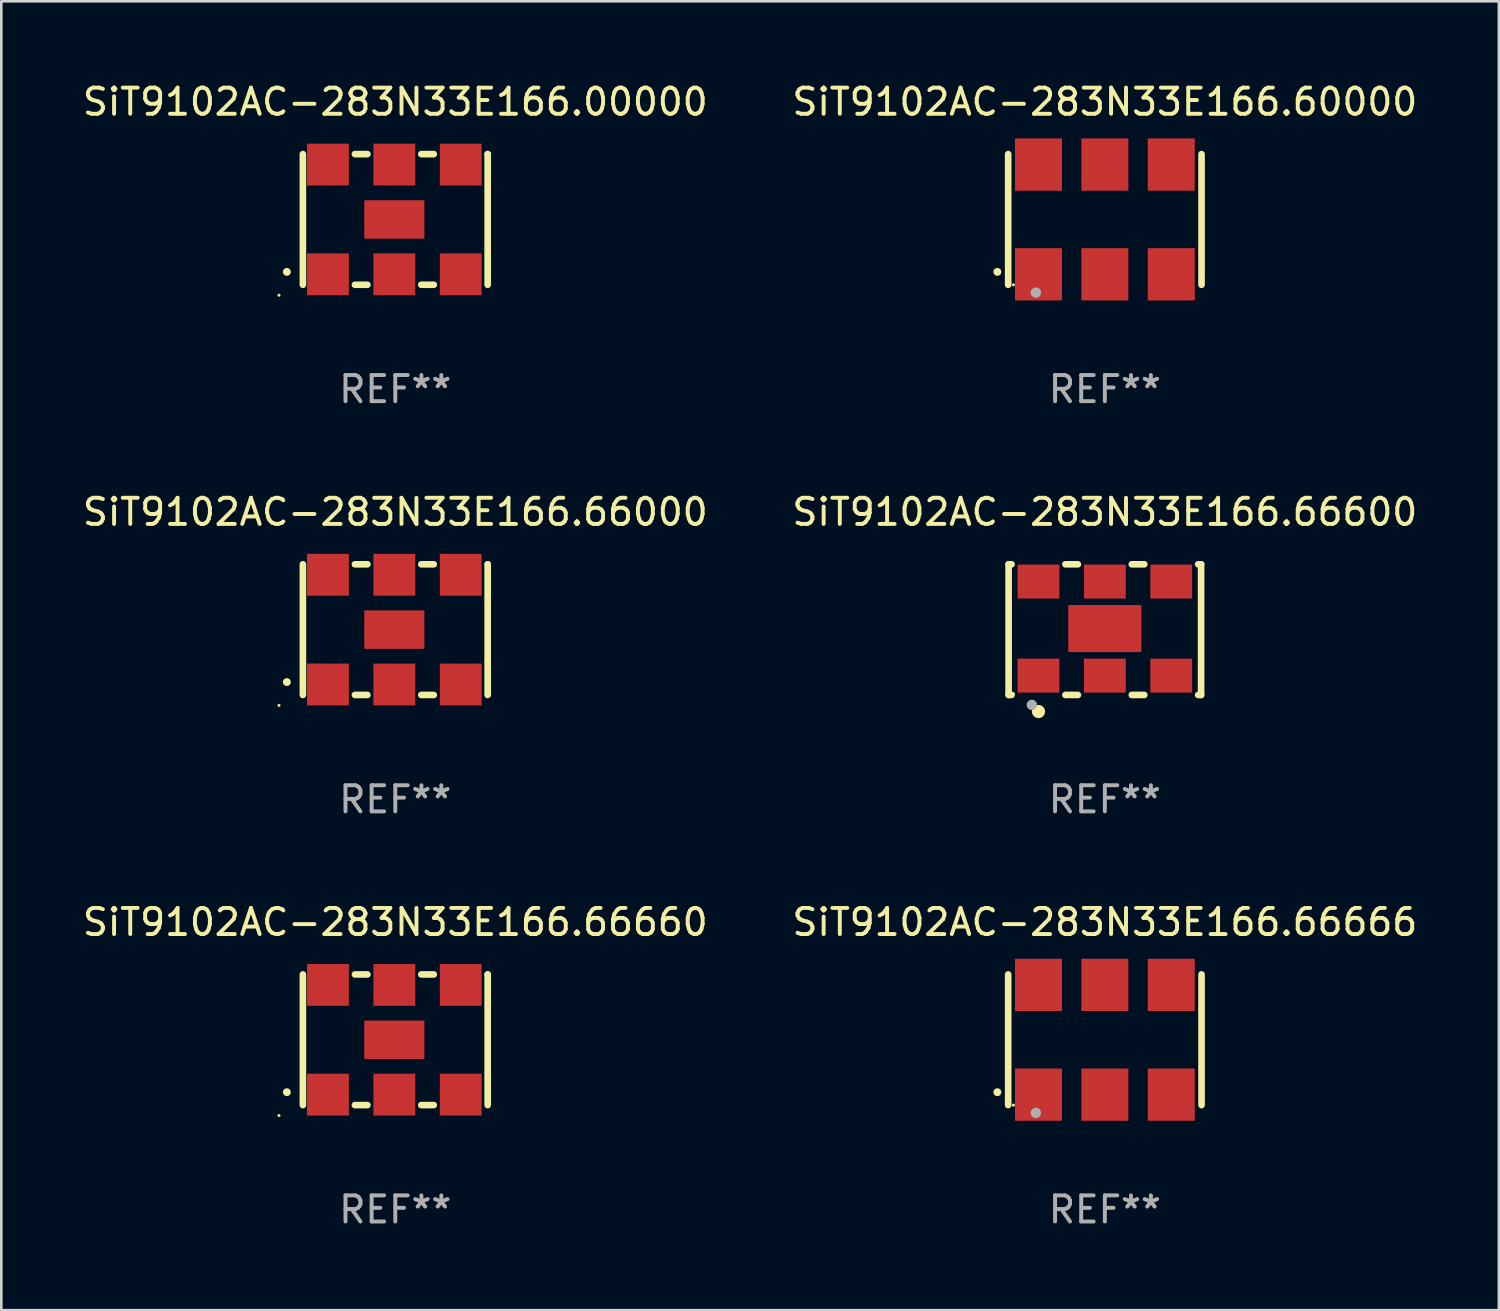
<source format=kicad_pcb>
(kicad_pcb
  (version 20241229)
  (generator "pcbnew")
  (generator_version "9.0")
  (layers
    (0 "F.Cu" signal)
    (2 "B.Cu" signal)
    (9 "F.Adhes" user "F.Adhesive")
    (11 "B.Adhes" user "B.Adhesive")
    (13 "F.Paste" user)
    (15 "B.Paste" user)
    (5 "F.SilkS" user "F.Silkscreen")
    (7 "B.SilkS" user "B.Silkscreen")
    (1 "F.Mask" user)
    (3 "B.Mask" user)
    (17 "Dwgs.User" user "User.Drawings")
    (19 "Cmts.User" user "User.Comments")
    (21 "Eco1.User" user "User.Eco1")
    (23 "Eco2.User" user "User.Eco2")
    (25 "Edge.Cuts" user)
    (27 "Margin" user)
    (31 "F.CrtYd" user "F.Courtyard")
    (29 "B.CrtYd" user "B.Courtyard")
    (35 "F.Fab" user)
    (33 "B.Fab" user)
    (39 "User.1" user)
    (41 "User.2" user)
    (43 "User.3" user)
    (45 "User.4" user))
  (footprint "SiT9102AC-283N33E166.66666"
    (layer "F.Cu")
    (at 39.232 36.741)
    (property "Reference" "SiT9102AC-283N33E166.66666" (at 0 -4.5 0) (layer "F.SilkS") (effects (font (size 1 1) (thickness 0.15))))
    (attr through_hole)
    (fp_line (start -3.7 -2.5) (end -3.7 2.5) (stroke (width 0.254) (type solid)) (layer "F.SilkS"))
    (fp_line (start 3.7 -2.5) (end 3.7 2.5) (stroke (width 0.254) (type solid)) (layer "F.SilkS"))
    (fp_arc (start -4.114415 2.006604) (mid -4.113145 2.006599) (end -4.111875 2.006604) (stroke (width 0.3) (type solid)) (layer "F.SilkS"))
    (fp_circle (center -3.5 2.501) (end -3.47 2.501) (stroke (width 0.06) (type solid)) (fill no) (layer "F.SilkS"))
    (fp_circle (center -2.641 2.799) (end -2.541 2.799) (stroke (width 0.2) (type solid)) (fill no) (layer "F.Fab"))
    (fp_text user "REF**" (at 0 6.5 0) (layer "F.Fab") (effects (font (size 1 1) (thickness 0.15))))
    (pad "1" smd rect (at -2.54 2.1) (size 1.8 2) (layers "F.Cu" "F.Mask" "F.Paste"))
    (pad "2" smd rect (at 0.000394 2.1) (size 1.8 2) (layers "F.Cu" "F.Mask" "F.Paste"))
    (pad "3" smd rect (at 2.54 2.1) (size 1.8 2) (layers "F.Cu" "F.Mask" "F.Paste"))
    (pad "4" smd rect (at 2.54 -2.1) (size 1.8 2) (layers "F.Cu" "F.Mask" "F.Paste"))
    (pad "5" smd rect (at 0.000394 -2.1) (size 1.8 2) (layers "F.Cu" "F.Mask" "F.Paste"))
    (pad "6" smd rect (at -2.54 -2.1) (size 1.8 2) (layers "F.Cu" "F.Mask" "F.Paste")))
  (footprint "SiT9102AC-283N33E166.00000"
    (layer "F.Cu")
    (at 12.077 5.348)
    (property "Reference" "SiT9102AC-283N33E166.00000" (at 0 -4.5 0) (layer "F.SilkS") (effects (font (size 1 1) (thickness 0.15))))
    (attr through_hole)
    (fp_line (start -3.536 -2.5) (end -3.536 2.5) (stroke (width 0.254) (type solid)) (layer "F.SilkS"))
    (fp_line (start -1.544 2.5) (end -1.067 2.5) (stroke (width 0.254) (type solid)) (layer "F.SilkS"))
    (fp_line (start -1.067 -2.5) (end -1.544 -2.5) (stroke (width 0.254) (type solid)) (layer "F.SilkS"))
    (fp_line (start 0.996 2.5) (end 1.473 2.5) (stroke (width 0.254) (type solid)) (layer "F.SilkS"))
    (fp_line (start 1.473 -2.5) (end 0.996 -2.5) (stroke (width 0.254) (type solid)) (layer "F.SilkS"))
    (fp_line (start 3.536 -2.5) (end 3.536 -2.5) (stroke (width 0.254) (type solid)) (layer "F.SilkS"))
    (fp_line (start 3.536 2.5) (end 3.536 -2.5) (stroke (width 0.254) (type solid)) (layer "F.SilkS"))
    (fp_arc (start -4.150432 2.006604) (mid -4.149162 2.006599) (end -4.147892 2.006604) (stroke (width 0.3) (type solid)) (layer "F.SilkS"))
    (fp_circle (center -4.449 2.9) (end -4.419 2.9) (stroke (width 0.06) (type solid)) (fill no) (layer "F.SilkS"))
    (fp_text user "REF**" (at 0 6.5 0) (layer "F.Fab") (effects (font (size 1 1) (thickness 0.15))))
    (pad "1" smd rect (at -2.576 2.1) (size 1.6 1.6) (layers "F.Cu" "F.Mask" "F.Paste"))
    (pad "2" smd rect (at -0.036 2.1) (size 1.6 1.6) (layers "F.Cu" "F.Mask" "F.Paste"))
    (pad "3" smd rect (at 2.504 2.1) (size 1.6 1.6) (layers "F.Cu" "F.Mask" "F.Paste"))
    (pad "4" smd rect (at 2.504 -2.1) (size 1.6 1.6) (layers "F.Cu" "F.Mask" "F.Paste"))
    (pad "5" smd rect (at -0.036 -2.1) (size 1.6 1.6) (layers "F.Cu" "F.Mask" "F.Paste"))
    (pad "6" smd rect (at -2.576 -2.1) (size 1.6 1.6) (layers "F.Cu" "F.Mask" "F.Paste"))
    (pad "7" smd rect (at -0.036 0) (size 2.3 1.47) (layers "F.Cu" "F.Mask" "F.Paste")))
  (footprint "SiT9102AC-283N33E166.66600"
    (layer "F.Cu")
    (at 39.232 21.045)
    (property "Reference" "SiT9102AC-283N33E166.66600" (at 0 -4.5 0) (layer "F.SilkS") (effects (font (size 1 1) (thickness 0.15))))
    (attr through_hole)
    (fp_line (start -3.683 -2.5) (end -3.571 -2.5) (stroke (width 0.254) (type solid)) (layer "F.SilkS"))
    (fp_line (start -3.683 2.5) (end -3.683 -2.5) (stroke (width 0.254) (type solid)) (layer "F.SilkS"))
    (fp_line (start -3.683 2.5) (end -3.571 2.5) (stroke (width 0.254) (type solid)) (layer "F.SilkS"))
    (fp_line (start -1.509 -2.5) (end -1.031 -2.5) (stroke (width 0.254) (type solid)) (layer "F.SilkS"))
    (fp_line (start -1.509 2.5) (end -1.031 2.5) (stroke (width 0.254) (type solid)) (layer "F.SilkS"))
    (fp_line (start 1.031 -2.5) (end 1.509 -2.5) (stroke (width 0.254) (type solid)) (layer "F.SilkS"))
    (fp_line (start 1.031 2.5) (end 1.509 2.5) (stroke (width 0.254) (type solid)) (layer "F.SilkS"))
    (fp_line (start 3.571 -2.5) (end 3.683 -2.5) (stroke (width 0.254) (type solid)) (layer "F.SilkS"))
    (fp_line (start 3.571 2.5) (end 3.683 2.5) (stroke (width 0.254) (type solid)) (layer "F.SilkS"))
    (fp_line (start 3.683 2.5) (end 3.683 -2.5) (stroke (width 0.254) (type solid)) (layer "F.SilkS"))
    (fp_circle (center -3.5 2.46) (end -3.47 2.46) (stroke (width 0.06) (type solid)) (fill no) (layer "F.SilkS"))
    (fp_circle (center -2.54 3.135) (end -2.413 3.135) (stroke (width 0.254) (type solid)) (fill no) (layer "F.SilkS"))
    (fp_circle (center -2.794 2.881) (end -2.694 2.881) (stroke (width 0.2) (type solid)) (fill no) (layer "F.Fab"))
    (fp_text user "REF**" (at 0 6.5 0) (layer "F.Fab") (effects (font (size 1 1) (thickness 0.15))))
    (pad "1" smd rect (at -2.54 1.76) (size 1.6 1.3) (layers "F.Cu" "F.Mask" "F.Paste"))
    (pad "2" smd rect (at 0 1.76) (size 1.6 1.3) (layers "F.Cu" "F.Mask" "F.Paste"))
    (pad "3" smd rect (at 2.54 1.76) (size 1.6 1.3) (layers "F.Cu" "F.Mask" "F.Paste"))
    (pad "4" smd rect (at 2.54 -1.84) (size 1.6 1.3) (layers "F.Cu" "F.Mask" "F.Paste"))
    (pad "5" smd rect (at 0 -1.84) (size 1.6 1.3) (layers "F.Cu" "F.Mask" "F.Paste"))
    (pad "6" smd rect (at -2.54 -1.84) (size 1.6 1.3) (layers "F.Cu" "F.Mask" "F.Paste"))
    (pad "7" smd rect (at 0 -0.04) (size 2.8 1.8) (layers "F.Cu" "F.Mask" "F.Paste")))
  (footprint "SiT9102AC-283N33E166.66000"
    (layer "F.Cu")
    (at 12.077 21.045)
    (property "Reference" "SiT9102AC-283N33E166.66000" (at 0 -4.5 0) (layer "F.SilkS") (effects (font (size 1 1) (thickness 0.15))))
    (attr through_hole)
    (fp_line (start -3.536 -2.5) (end -3.536 2.5) (stroke (width 0.254) (type solid)) (layer "F.SilkS"))
    (fp_line (start -1.544 2.5) (end -1.067 2.5) (stroke (width 0.254) (type solid)) (layer "F.SilkS"))
    (fp_line (start -1.067 -2.5) (end -1.544 -2.5) (stroke (width 0.254) (type solid)) (layer "F.SilkS"))
    (fp_line (start 0.996 2.5) (end 1.473 2.5) (stroke (width 0.254) (type solid)) (layer "F.SilkS"))
    (fp_line (start 1.473 -2.5) (end 0.996 -2.5) (stroke (width 0.254) (type solid)) (layer "F.SilkS"))
    (fp_line (start 3.536 -2.5) (end 3.536 -2.5) (stroke (width 0.254) (type solid)) (layer "F.SilkS"))
    (fp_line (start 3.536 2.5) (end 3.536 -2.5) (stroke (width 0.254) (type solid)) (layer "F.SilkS"))
    (fp_arc (start -4.150432 2.006604) (mid -4.149162 2.006599) (end -4.147892 2.006604) (stroke (width 0.3) (type solid)) (layer "F.SilkS"))
    (fp_circle (center -4.449 2.9) (end -4.419 2.9) (stroke (width 0.06) (type solid)) (fill no) (layer "F.SilkS"))
    (fp_text user "REF**" (at 0 6.5 0) (layer "F.Fab") (effects (font (size 1 1) (thickness 0.15))))
    (pad "1" smd rect (at -2.576 2.1) (size 1.6 1.6) (layers "F.Cu" "F.Mask" "F.Paste"))
    (pad "2" smd rect (at -0.036 2.1) (size 1.6 1.6) (layers "F.Cu" "F.Mask" "F.Paste"))
    (pad "3" smd rect (at 2.504 2.1) (size 1.6 1.6) (layers "F.Cu" "F.Mask" "F.Paste"))
    (pad "4" smd rect (at 2.504 -2.1) (size 1.6 1.6) (layers "F.Cu" "F.Mask" "F.Paste"))
    (pad "5" smd rect (at -0.036 -2.1) (size 1.6 1.6) (layers "F.Cu" "F.Mask" "F.Paste"))
    (pad "6" smd rect (at -2.576 -2.1) (size 1.6 1.6) (layers "F.Cu" "F.Mask" "F.Paste"))
    (pad "7" smd rect (at -0.036 0) (size 2.3 1.47) (layers "F.Cu" "F.Mask" "F.Paste")))
  (footprint "SiT9102AC-283N33E166.66660"
    (layer "F.Cu")
    (at 12.077 36.741)
    (property "Reference" "SiT9102AC-283N33E166.66660" (at 0 -4.5 0) (layer "F.SilkS") (effects (font (size 1 1) (thickness 0.15))))
    (attr through_hole)
    (fp_line (start -3.536 -2.5) (end -3.536 2.5) (stroke (width 0.254) (type solid)) (layer "F.SilkS"))
    (fp_line (start -1.544 2.5) (end -1.067 2.5) (stroke (width 0.254) (type solid)) (layer "F.SilkS"))
    (fp_line (start -1.067 -2.5) (end -1.544 -2.5) (stroke (width 0.254) (type solid)) (layer "F.SilkS"))
    (fp_line (start 0.996 2.5) (end 1.473 2.5) (stroke (width 0.254) (type solid)) (layer "F.SilkS"))
    (fp_line (start 1.473 -2.5) (end 0.996 -2.5) (stroke (width 0.254) (type solid)) (layer "F.SilkS"))
    (fp_line (start 3.536 -2.5) (end 3.536 -2.5) (stroke (width 0.254) (type solid)) (layer "F.SilkS"))
    (fp_line (start 3.536 2.5) (end 3.536 -2.5) (stroke (width 0.254) (type solid)) (layer "F.SilkS"))
    (fp_arc (start -4.150432 2.006604) (mid -4.149162 2.006599) (end -4.147892 2.006604) (stroke (width 0.3) (type solid)) (layer "F.SilkS"))
    (fp_circle (center -4.449 2.9) (end -4.419 2.9) (stroke (width 0.06) (type solid)) (fill no) (layer "F.SilkS"))
    (fp_text user "REF**" (at 0 6.5 0) (layer "F.Fab") (effects (font (size 1 1) (thickness 0.15))))
    (pad "1" smd rect (at -2.576 2.1) (size 1.6 1.6) (layers "F.Cu" "F.Mask" "F.Paste"))
    (pad "2" smd rect (at -0.036 2.1) (size 1.6 1.6) (layers "F.Cu" "F.Mask" "F.Paste"))
    (pad "3" smd rect (at 2.504 2.1) (size 1.6 1.6) (layers "F.Cu" "F.Mask" "F.Paste"))
    (pad "4" smd rect (at 2.504 -2.1) (size 1.6 1.6) (layers "F.Cu" "F.Mask" "F.Paste"))
    (pad "5" smd rect (at -0.036 -2.1) (size 1.6 1.6) (layers "F.Cu" "F.Mask" "F.Paste"))
    (pad "6" smd rect (at -2.576 -2.1) (size 1.6 1.6) (layers "F.Cu" "F.Mask" "F.Paste"))
    (pad "7" smd rect (at -0.036 0) (size 2.3 1.47) (layers "F.Cu" "F.Mask" "F.Paste")))
  (footprint "SiT9102AC-283N33E166.60000"
    (layer "F.Cu")
    (at 39.232 5.348)
    (property "Reference" "SiT9102AC-283N33E166.60000" (at 0 -4.5 0) (layer "F.SilkS") (effects (font (size 1 1) (thickness 0.15))))
    (attr through_hole)
    (fp_line (start -3.7 -2.5) (end -3.7 2.5) (stroke (width 0.254) (type solid)) (layer "F.SilkS"))
    (fp_line (start 3.7 -2.5) (end 3.7 2.5) (stroke (width 0.254) (type solid)) (layer "F.SilkS"))
    (fp_arc (start -4.114415 2.006604) (mid -4.113145 2.006599) (end -4.111875 2.006604) (stroke (width 0.3) (type solid)) (layer "F.SilkS"))
    (fp_circle (center -3.5 2.501) (end -3.47 2.501) (stroke (width 0.06) (type solid)) (fill no) (layer "F.SilkS"))
    (fp_circle (center -2.641 2.799) (end -2.541 2.799) (stroke (width 0.2) (type solid)) (fill no) (layer "F.Fab"))
    (fp_text user "REF**" (at 0 6.5 0) (layer "F.Fab") (effects (font (size 1 1) (thickness 0.15))))
    (pad "1" smd rect (at -2.54 2.1) (size 1.8 2) (layers "F.Cu" "F.Mask" "F.Paste"))
    (pad "2" smd rect (at 0.000394 2.1) (size 1.8 2) (layers "F.Cu" "F.Mask" "F.Paste"))
    (pad "3" smd rect (at 2.54 2.1) (size 1.8 2) (layers "F.Cu" "F.Mask" "F.Paste"))
    (pad "4" smd rect (at 2.54 -2.1) (size 1.8 2) (layers "F.Cu" "F.Mask" "F.Paste"))
    (pad "5" smd rect (at 0.000394 -2.1) (size 1.8 2) (layers "F.Cu" "F.Mask" "F.Paste"))
    (pad "6" smd rect (at -2.54 -2.1) (size 1.8 2) (layers "F.Cu" "F.Mask" "F.Paste")))
  (gr_rect
    (start -3 -3)
    (end 54.31 47.09)
    (stroke (width 0.1) (type default))
    (fill no)
    (layer "Edge.Cuts")))
</source>
